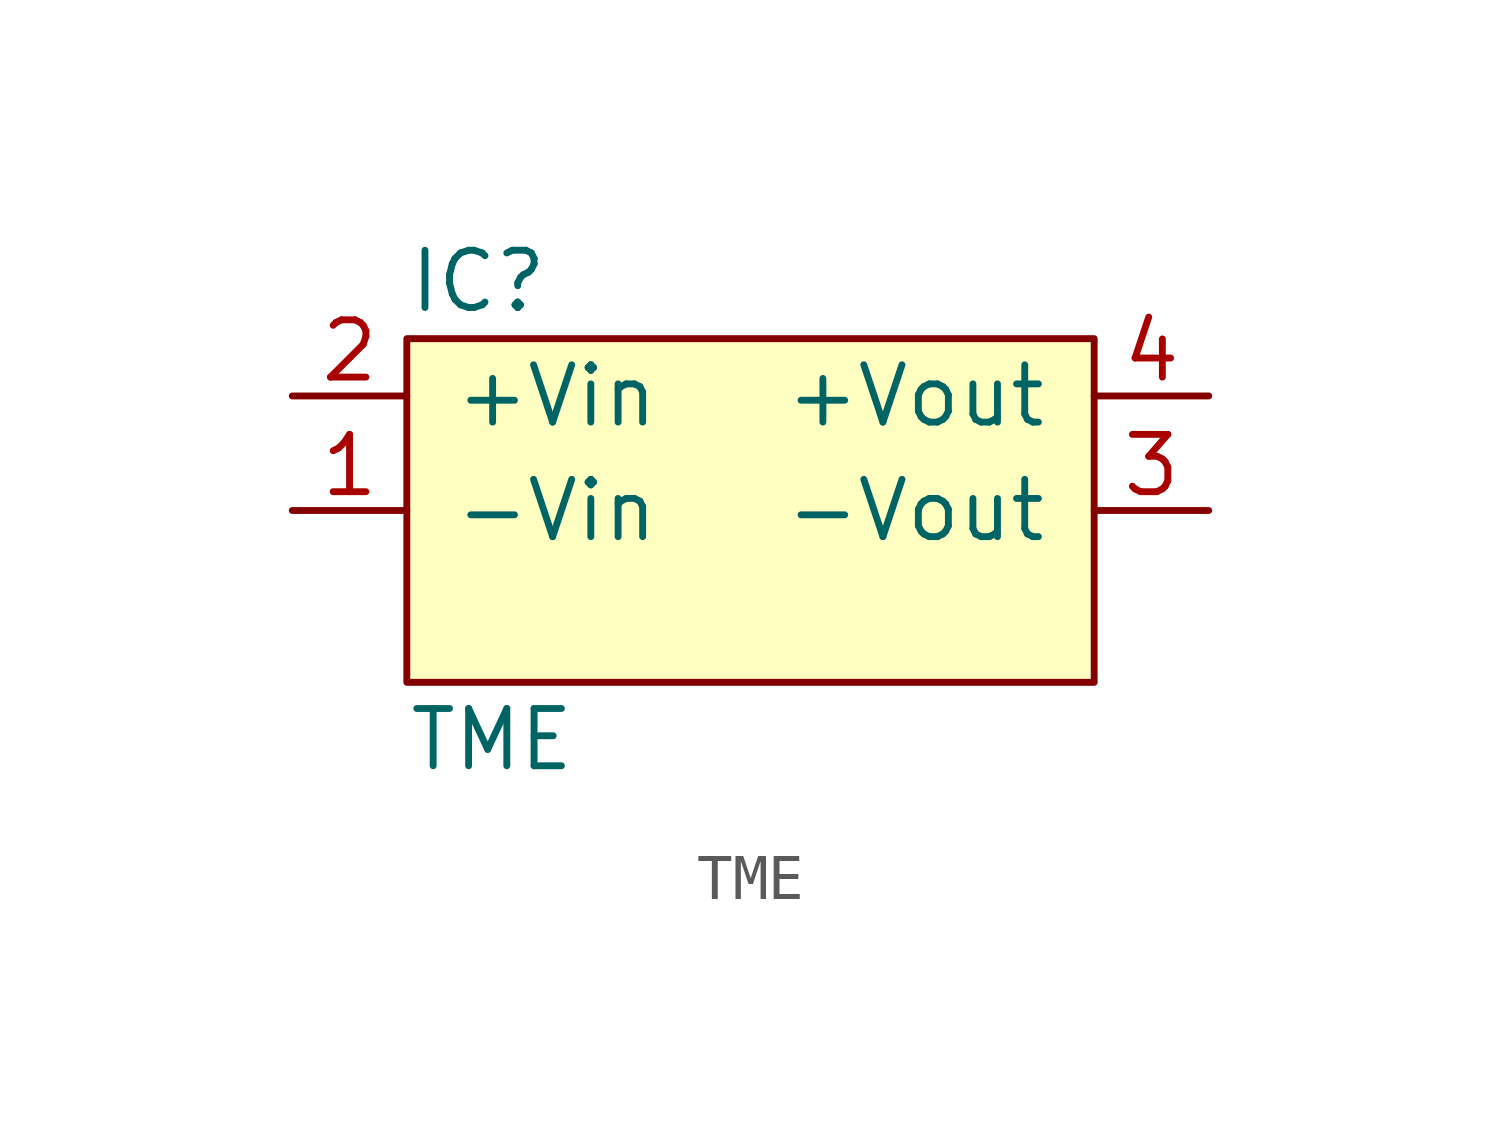
<source format=kicad_sym>
(kicad_symbol_lib
  (version 20211014)
  (generator agg_kicad.build_lib_ic)
  (symbol TME
    (pin_names
      (offset 1.016))
    (property Reference IC
      (at -7.62 5.08 0)
      (effects (font (size 1.27 1.27)) (justify left)))
    (property Value TME
      (at -7.62 -5.08 0)
      (effects (font (size 1.27 1.27)) (justify left)))
    (symbol "TME_0_0"
      (rectangle (start -7.62 3.81) (end 7.62 -3.81) (stroke (width 0) (type default) (color 0 0 0 0)) (fill (type background)))
      (pin power_in line (at -10.16 2.54 0) (length 2.54) (name "+Vin" (effects (font (size 1.27 1.27)))) (number "2" (effects (font (size 1.27 1.27)))))
      (pin power_in line (at -10.16 0 0) (length 2.54) (name -Vin (effects (font (size 1.27 1.27)))) (number "1" (effects (font (size 1.27 1.27)))))
      (pin power_out line (at 10.16 2.54 180) (length 2.54) (name "+Vout" (effects (font (size 1.27 1.27)))) (number "4" (effects (font (size 1.27 1.27)))))
      (pin power_out line (at 10.16 0 180) (length 2.54) (name -Vout (effects (font (size 1.27 1.27)))) (number "3" (effects (font (size 1.27 1.27))))))))
</source>
